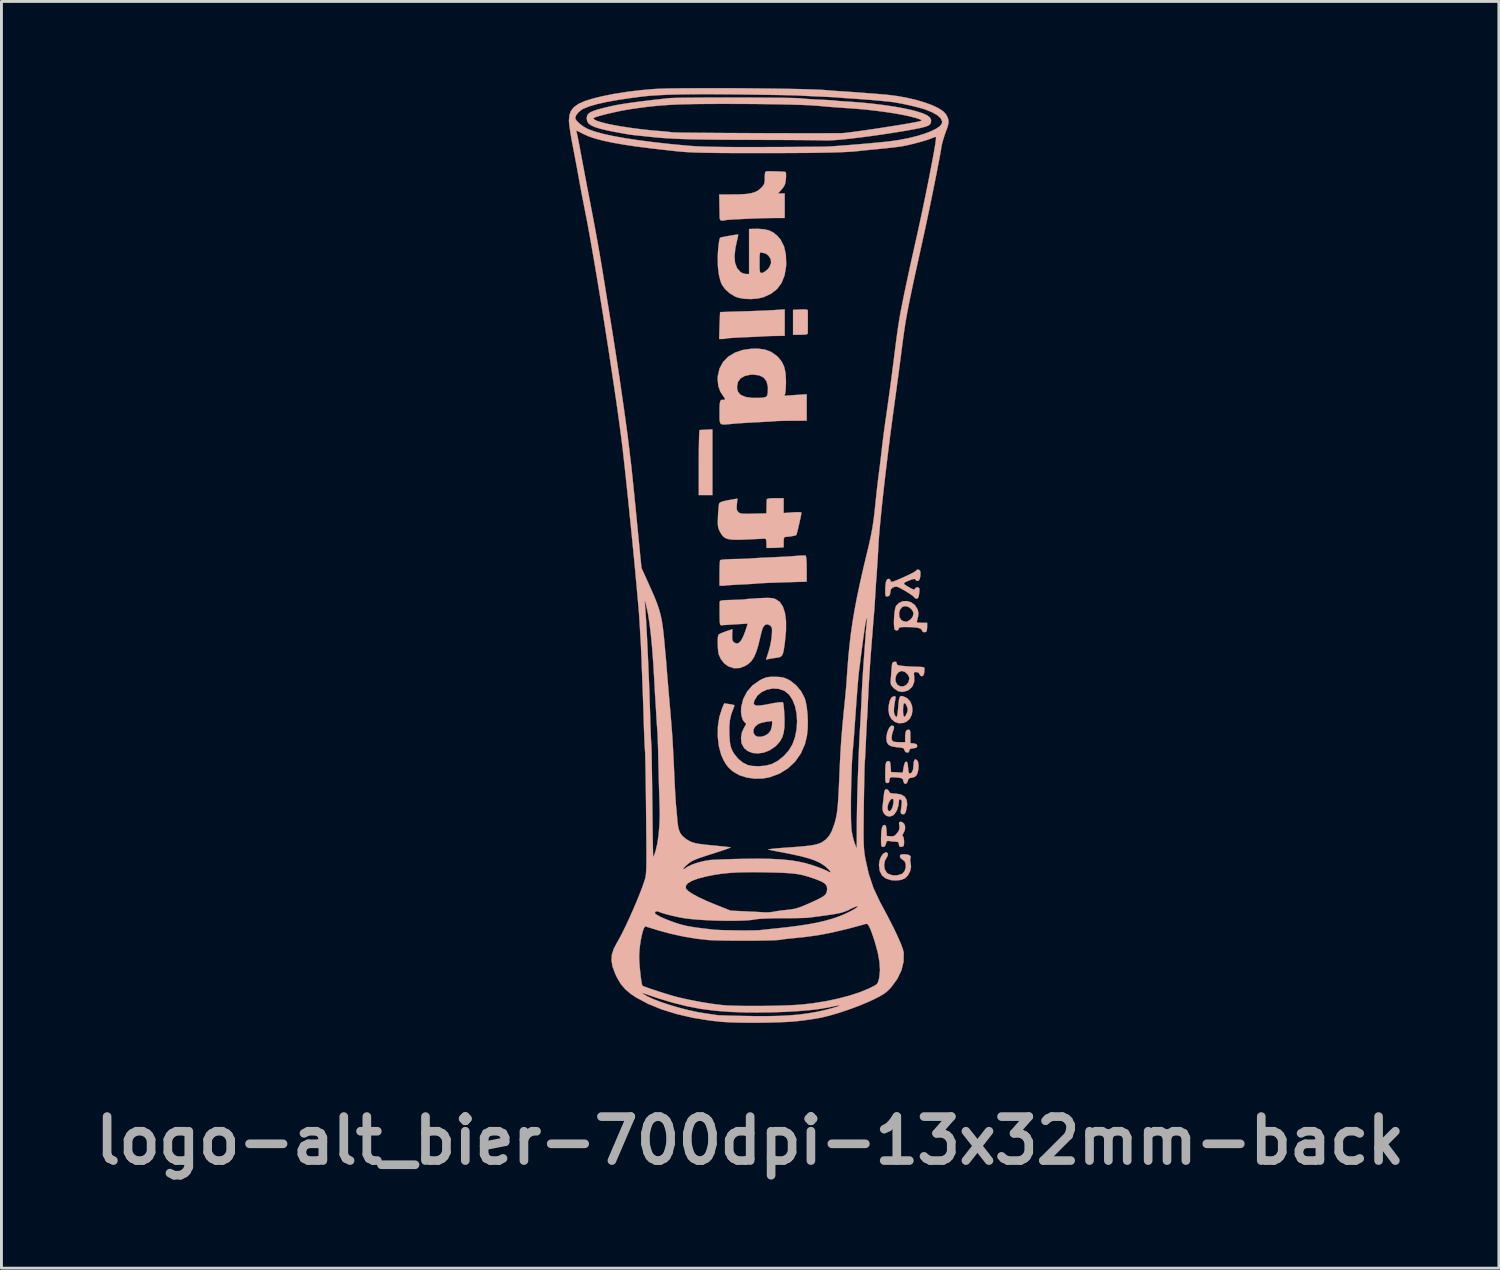
<source format=kicad_pcb>
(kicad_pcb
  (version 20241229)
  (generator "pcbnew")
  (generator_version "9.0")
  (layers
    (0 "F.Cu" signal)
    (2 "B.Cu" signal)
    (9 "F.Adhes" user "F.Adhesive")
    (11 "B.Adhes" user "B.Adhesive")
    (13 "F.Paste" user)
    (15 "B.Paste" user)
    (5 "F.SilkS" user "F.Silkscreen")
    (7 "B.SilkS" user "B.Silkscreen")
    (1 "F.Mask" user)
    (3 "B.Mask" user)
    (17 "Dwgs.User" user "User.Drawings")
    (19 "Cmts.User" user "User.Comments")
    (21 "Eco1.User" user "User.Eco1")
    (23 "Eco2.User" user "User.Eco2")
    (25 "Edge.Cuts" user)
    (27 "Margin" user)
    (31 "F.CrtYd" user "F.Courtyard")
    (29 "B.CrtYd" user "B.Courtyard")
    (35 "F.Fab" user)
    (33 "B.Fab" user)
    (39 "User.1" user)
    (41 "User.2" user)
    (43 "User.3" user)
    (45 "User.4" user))
  (footprint "logo-alt_bier-700dpi-13x32mm-back"
    (layer "F.Cu")
    (at 22.915 16.319)
    (property "Reference" "logo-alt_bier-700dpi-13x32mm-back" (at 0.025 20.15 0) (layer "F.Fab") (effects (font (size 1.524 1.524) (thickness 0.3))))
    (attr through_hole)
    (fp_poly (pts (xy -1.492 -4.483) (xy -1.609 -4.477) (xy -1.697 -4.473) (xy -1.727 -4.471) (xy -1.734 -4.435) (xy -1.74 -4.336) (xy -1.745 -4.181) (xy -1.75 -3.981) (xy -1.753 -3.742) (xy -1.754 -3.475) (xy -1.755 -3.343) (xy -1.755 -2.218) (xy -1.283 -2.218) (xy -1.283 -4.492) (xy -1.492 -4.483)) (stroke (width 0.01) (type solid)) (fill yes) (layer "B.SilkS"))
    (fp_poly (pts (xy 1.765 -8.647) (xy 1.511 -8.635) (xy 1.511 -7.77) (xy 1.765 -7.77) (xy 1.913 -7.775) (xy 1.996 -7.791) (xy 2.02 -7.815) (xy 2.021 -7.888) (xy 2.022 -8.008) (xy 2.023 -8.154) (xy 2.023 -8.307) (xy 2.023 -8.446) (xy 2.023 -8.552) (xy 2.022 -8.605) (xy 2.007 -8.633) (xy 1.957 -8.648) (xy 1.858 -8.65) (xy 1.765 -8.647)) (stroke (width 0.01) (type solid)) (fill yes) (layer "B.SilkS"))
    (fp_poly (pts (xy 0.885 -8.628) (xy 0.744 -8.619) (xy 0.547 -8.61) (xy 0.313 -8.6) (xy 0.058 -8.591) (xy -0.199 -8.583) (xy -0.231 -8.582) (xy -0.46 -8.575) (xy -0.663 -8.569) (xy -0.83 -8.563) (xy -0.949 -8.559) (xy -1.01 -8.556) (xy -1.016 -8.555) (xy -1.019 -8.519) (xy -1.023 -8.424) (xy -1.029 -8.285) (xy -1.035 -8.114) (xy -1.036 -8.088) (xy -1.05 -7.625) (xy -0.937 -7.625) (xy -0.852 -7.63) (xy -0.807 -7.641) (xy -0.806 -7.642) (xy -0.766 -7.649) (xy -0.666 -7.658) (xy -0.52 -7.667) (xy -0.341 -7.677) (xy -0.247 -7.681) (xy -0.039 -7.69) (xy 0.16 -7.699) (xy 0.329 -7.707) (xy 0.451 -7.714) (xy 0.477 -7.716) (xy 0.607 -7.723) (xy 0.774 -7.728) (xy 0.94 -7.731) (xy 1.221 -7.734) (xy 1.221 -8.651) (xy 0.885 -8.628)) (stroke (width 0.01) (type solid)) (fill yes) (layer "B.SilkS"))
    (fp_poly (pts (xy 4.715 10.162) (xy 4.632 10.211) (xy 4.56 10.312) (xy 4.508 10.446) (xy 4.487 10.591) (xy 4.487 10.598) (xy 4.513 10.804) (xy 4.593 10.961) (xy 4.726 11.068) (xy 4.91 11.125) (xy 5.049 11.135) (xy 5.235 11.119) (xy 5.37 11.071) (xy 5.38 11.065) (xy 5.489 10.962) (xy 5.565 10.819) (xy 5.598 10.662) (xy 5.585 10.538) (xy 5.568 10.443) (xy 5.575 10.373) (xy 5.578 10.369) (xy 5.587 10.304) (xy 5.534 10.256) (xy 5.427 10.23) (xy 5.371 10.228) (xy 5.271 10.233) (xy 5.224 10.253) (xy 5.212 10.298) (xy 5.212 10.301) (xy 5.245 10.373) (xy 5.3 10.408) (xy 5.377 10.471) (xy 5.415 10.573) (xy 5.414 10.692) (xy 5.376 10.806) (xy 5.303 10.893) (xy 5.273 10.911) (xy 5.118 10.958) (xy 4.957 10.957) (xy 4.816 10.909) (xy 4.757 10.864) (xy 4.687 10.748) (xy 4.665 10.603) (xy 4.691 10.455) (xy 4.744 10.359) (xy 4.792 10.27) (xy 4.794 10.199) (xy 4.753 10.162) (xy 4.715 10.162)) (stroke (width 0.01) (type solid)) (fill yes) (layer "B.SilkS"))
    (fp_poly (pts (xy 4.875 5.805) (xy 4.818 5.891) (xy 4.773 6.01) (xy 4.747 6.15) (xy 4.743 6.205) (xy 4.759 6.342) (xy 4.82 6.435) (xy 4.933 6.492) (xy 5.106 6.519) (xy 5.115 6.52) (xy 5.244 6.531) (xy 5.318 6.547) (xy 5.353 6.574) (xy 5.365 6.612) (xy 5.397 6.675) (xy 5.454 6.704) (xy 5.51 6.697) (xy 5.538 6.649) (xy 5.539 6.64) (xy 5.554 6.589) (xy 5.613 6.564) (xy 5.675 6.556) (xy 5.768 6.54) (xy 5.806 6.505) (xy 5.811 6.472) (xy 5.792 6.418) (xy 5.724 6.392) (xy 5.693 6.388) (xy 5.575 6.377) (xy 5.575 6.143) (xy 5.573 6.016) (xy 5.562 5.945) (xy 5.539 5.915) (xy 5.506 5.91) (xy 5.446 5.929) (xy 5.41 5.994) (xy 5.395 6.114) (xy 5.394 6.185) (xy 5.394 6.345) (xy 5.215 6.345) (xy 5.098 6.341) (xy 5.006 6.33) (xy 4.979 6.323) (xy 4.935 6.27) (xy 4.924 6.17) (xy 4.948 6.04) (xy 4.977 5.957) (xy 5.01 5.85) (xy 4.998 5.79) (xy 4.994 5.786) (xy 4.936 5.766) (xy 4.875 5.805)) (stroke (width 0.01) (type solid)) (fill yes) (layer "B.SilkS"))
    (fp_poly (pts (xy 5.212 4.773) (xy 5.184 4.854) (xy 5.165 4.995) (xy 5.156 5.111) (xy 5.142 5.264) (xy 5.126 5.384) (xy 5.11 5.458) (xy 5.1 5.474) (xy 5.062 5.446) (xy 5.028 5.396) (xy 5.005 5.305) (xy 5.008 5.16) (xy 5.036 4.955) (xy 5.053 4.863) (xy 5.064 4.782) (xy 5.046 4.753) (xy 4.991 4.755) (xy 4.92 4.8) (xy 4.864 4.905) (xy 4.828 5.059) (xy 4.816 5.213) (xy 4.841 5.394) (xy 4.918 5.539) (xy 5.032 5.64) (xy 5.175 5.688) (xy 5.333 5.678) (xy 5.439 5.635) (xy 5.552 5.536) (xy 5.622 5.398) (xy 5.648 5.239) (xy 5.643 5.188) (xy 5.482 5.188) (xy 5.479 5.267) (xy 5.45 5.347) (xy 5.401 5.444) (xy 5.362 5.469) (xy 5.336 5.425) (xy 5.322 5.31) (xy 5.321 5.241) (xy 5.328 5.09) (xy 5.349 5.005) (xy 5.382 4.987) (xy 5.425 5.039) (xy 5.449 5.091) (xy 5.482 5.188) (xy 5.643 5.188) (xy 5.631 5.078) (xy 5.57 4.934) (xy 5.466 4.824) (xy 5.431 4.804) (xy 5.328 4.756) (xy 5.258 4.743) (xy 5.212 4.773)) (stroke (width 0.01) (type solid)) (fill yes) (layer "B.SilkS"))
    (fp_poly (pts (xy 5.193 9.113) (xy 5.181 9.156) (xy 5.192 9.233) (xy 5.199 9.332) (xy 5.17 9.417) (xy 5.12 9.489) (xy 5.049 9.57) (xy 4.982 9.603) (xy 4.891 9.604) (xy 4.759 9.593) (xy 4.748 9.402) (xy 4.737 9.288) (xy 4.716 9.23) (xy 4.679 9.212) (xy 4.671 9.212) (xy 4.623 9.237) (xy 4.59 9.317) (xy 4.569 9.456) (xy 4.56 9.661) (xy 4.56 9.729) (xy 4.561 9.859) (xy 4.571 9.933) (xy 4.592 9.966) (xy 4.63 9.974) (xy 4.633 9.974) (xy 4.693 9.949) (xy 4.727 9.868) (xy 4.729 9.861) (xy 4.752 9.785) (xy 4.794 9.762) (xy 4.859 9.771) (xy 4.979 9.787) (xy 5.072 9.792) (xy 5.147 9.803) (xy 5.174 9.848) (xy 5.176 9.883) (xy 5.194 9.955) (xy 5.243 9.974) (xy 5.312 9.962) (xy 5.333 9.95) (xy 5.352 9.895) (xy 5.358 9.805) (xy 5.351 9.707) (xy 5.334 9.63) (xy 5.314 9.603) (xy 5.296 9.572) (xy 5.33 9.504) (xy 5.332 9.501) (xy 5.386 9.385) (xy 5.393 9.269) (xy 5.36 9.172) (xy 5.291 9.113) (xy 5.237 9.103) (xy 5.193 9.113)) (stroke (width 0.01) (type solid)) (fill yes) (layer "B.SilkS"))
    (fp_poly (pts (xy 0.609 -13.434) (xy 0.595 -13.433) (xy 0.559 -13.42) (xy 0.54 -13.376) (xy 0.532 -13.282) (xy 0.531 -13.209) (xy 0.528 -13.081) (xy 0.51 -12.997) (xy 0.467 -12.927) (xy 0.395 -12.851) (xy 0.302 -12.772) (xy 0.193 -12.714) (xy 0.057 -12.674) (xy -0.118 -12.648) (xy -0.344 -12.635) (xy -0.586 -12.632) (xy -1.047 -12.632) (xy -1.04 -12.26) (xy -1.037 -12.095) (xy -1.034 -11.949) (xy -1.032 -11.844) (xy -1.031 -11.807) (xy -1.009 -11.742) (xy -0.944 -11.725) (xy -0.872 -11.731) (xy -0.844 -11.74) (xy -0.804 -11.747) (xy -0.702 -11.756) (xy -0.553 -11.766) (xy -0.366 -11.776) (xy -0.155 -11.786) (xy 0.069 -11.795) (xy 0.293 -11.804) (xy 0.507 -11.81) (xy 0.697 -11.814) (xy 0.849 -11.816) (xy 1.221 -11.816) (xy 1.221 -12.669) (xy 0.99 -12.669) (xy 1.083 -12.768) (xy 1.159 -12.86) (xy 1.217 -12.949) (xy 1.22 -12.954) (xy 1.243 -13.028) (xy 1.259 -13.136) (xy 1.268 -13.253) (xy 1.267 -13.352) (xy 1.255 -13.408) (xy 1.253 -13.41) (xy 1.214 -13.417) (xy 1.121 -13.423) (xy 0.995 -13.429) (xy 0.854 -13.433) (xy 0.719 -13.435) (xy 0.609 -13.434)) (stroke (width 0.01) (type solid)) (fill yes) (layer "B.SilkS"))
    (fp_poly (pts (xy 1.786 -0.121) (xy 1.649 -0.112) (xy 1.612 -0.109) (xy 1.47 -0.098) (xy 1.277 -0.086) (xy 1.055 -0.074) (xy 0.825 -0.063) (xy 0.735 -0.059) (xy 0.528 -0.049) (xy 0.339 -0.04) (xy 0.183 -0.031) (xy 0.075 -0.024) (xy 0.042 -0.021) (xy -0.036 -0.015) (xy -0.168 -0.01) (xy -0.336 -0.005) (xy -0.523 -0.001) (xy -0.531 -0.001) (xy -0.707 0.004) (xy -0.856 0.013) (xy -0.963 0.024) (xy -1.014 0.038) (xy -1.016 0.039) (xy -1.024 0.087) (xy -1.031 0.192) (xy -1.035 0.338) (xy -1.037 0.497) (xy -1.037 0.92) (xy -0.943 0.924) (xy -0.869 0.923) (xy -0.838 0.917) (xy -0.8 0.912) (xy -0.703 0.904) (xy -0.56 0.895) (xy -0.384 0.886) (xy -0.32 0.883) (xy -0.128 0.873) (xy 0.044 0.864) (xy 0.18 0.854) (xy 0.264 0.847) (xy 0.276 0.846) (xy 0.337 0.84) (xy 0.459 0.834) (xy 0.63 0.826) (xy 0.838 0.818) (xy 1.071 0.81) (xy 1.174 0.807) (xy 1.983 0.782) (xy 1.983 0.337) (xy 1.98 0.125) (xy 1.97 -0.024) (xy 1.955 -0.106) (xy 1.943 -0.121) (xy 1.891 -0.124) (xy 1.786 -0.121)) (stroke (width 0.01) (type solid)) (fill yes) (layer "B.SilkS"))
    (fp_poly (pts (xy 4.707 7.988) (xy 4.682 8.028) (xy 4.664 8.115) (xy 4.654 8.205) (xy 4.639 8.355) (xy 4.621 8.5) (xy 4.611 8.577) (xy 4.616 8.718) (xy 4.668 8.828) (xy 4.753 8.898) (xy 4.857 8.921) (xy 4.965 8.886) (xy 5.025 8.837) (xy 5.108 8.707) (xy 5.162 8.54) (xy 5.176 8.406) (xy 5.182 8.364) (xy 4.993 8.364) (xy 4.986 8.464) (xy 4.986 8.468) (xy 4.959 8.592) (xy 4.917 8.682) (xy 4.868 8.731) (xy 4.823 8.73) (xy 4.79 8.672) (xy 4.784 8.641) (xy 4.79 8.549) (xy 4.824 8.446) (xy 4.873 8.358) (xy 4.927 8.308) (xy 4.943 8.305) (xy 4.98 8.316) (xy 4.993 8.364) (xy 5.182 8.364) (xy 5.186 8.337) (xy 5.222 8.325) (xy 5.235 8.329) (xy 5.27 8.358) (xy 5.28 8.421) (xy 5.271 8.519) (xy 5.256 8.637) (xy 5.243 8.734) (xy 5.24 8.758) (xy 5.256 8.821) (xy 5.31 8.842) (xy 5.366 8.836) (xy 5.404 8.787) (xy 5.427 8.715) (xy 5.465 8.506) (xy 5.447 8.343) (xy 5.373 8.226) (xy 5.242 8.153) (xy 5.053 8.124) (xy 5.012 8.123) (xy 4.909 8.116) (xy 4.856 8.088) (xy 4.839 8.051) (xy 4.792 7.99) (xy 4.748 7.978) (xy 4.707 7.988)) (stroke (width 0.01) (type solid)) (fill yes) (layer "B.SilkS"))
    (fp_poly (pts (xy 5.717 6.956) (xy 5.69 7.037) (xy 5.684 7.13) (xy 5.67 7.282) (xy 5.631 7.387) (xy 5.571 7.432) (xy 5.558 7.434) (xy 5.525 7.409) (xy 5.504 7.33) (xy 5.495 7.225) (xy 5.484 7.1) (xy 5.462 7.034) (xy 5.43 7.016) (xy 5.389 7.047) (xy 5.356 7.144) (xy 5.343 7.209) (xy 5.31 7.401) (xy 5.107 7.39) (xy 4.904 7.379) (xy 4.893 7.189) (xy 4.882 7.075) (xy 4.861 7.017) (xy 4.825 6.999) (xy 4.815 6.998) (xy 4.768 7.008) (xy 4.736 7.046) (xy 4.716 7.123) (xy 4.707 7.25) (xy 4.704 7.437) (xy 4.706 7.591) (xy 4.711 7.687) (xy 4.725 7.737) (xy 4.749 7.757) (xy 4.777 7.76) (xy 4.834 7.738) (xy 4.849 7.672) (xy 4.856 7.605) (xy 4.886 7.568) (xy 4.955 7.557) (xy 5.077 7.564) (xy 5.113 7.568) (xy 5.23 7.583) (xy 5.293 7.604) (xy 5.32 7.641) (xy 5.328 7.683) (xy 5.359 7.767) (xy 5.409 7.79) (xy 5.46 7.752) (xy 5.484 7.69) (xy 5.514 7.61) (xy 5.57 7.581) (xy 5.609 7.579) (xy 5.709 7.553) (xy 5.775 7.506) (xy 5.823 7.414) (xy 5.852 7.285) (xy 5.859 7.148) (xy 5.842 7.031) (xy 5.819 6.984) (xy 5.762 6.936) (xy 5.717 6.956)) (stroke (width 0.01) (type solid)) (fill yes) (layer "B.SilkS"))
    (fp_poly (pts (xy 5.307 1.463) (xy 5.172 1.526) (xy 5.08 1.623) (xy 5.052 1.7) (xy 5.03 1.824) (xy 5.014 1.975) (xy 5.006 2.134) (xy 5.007 2.28) (xy 5.017 2.393) (xy 5.037 2.451) (xy 5.095 2.478) (xy 5.153 2.456) (xy 5.176 2.404) (xy 5.196 2.375) (xy 5.264 2.359) (xy 5.391 2.354) (xy 5.407 2.354) (xy 5.65 2.36) (xy 5.823 2.379) (xy 5.93 2.411) (xy 5.973 2.457) (xy 5.974 2.468) (xy 6.003 2.519) (xy 6.066 2.538) (xy 6.13 2.513) (xy 6.132 2.511) (xy 6.147 2.462) (xy 6.155 2.371) (xy 6.156 2.348) (xy 6.156 2.209) (xy 5.97 2.209) (xy 5.862 2.206) (xy 5.81 2.194) (xy 5.799 2.164) (xy 5.808 2.127) (xy 5.844 1.979) (xy 5.851 1.9) (xy 5.684 1.9) (xy 5.653 2.004) (xy 5.574 2.099) (xy 5.473 2.161) (xy 5.414 2.172) (xy 5.318 2.147) (xy 5.249 2.1) (xy 5.192 1.997) (xy 5.184 1.871) (xy 5.22 1.748) (xy 5.298 1.657) (xy 5.299 1.656) (xy 5.397 1.629) (xy 5.504 1.656) (xy 5.601 1.724) (xy 5.667 1.818) (xy 5.684 1.9) (xy 5.851 1.9) (xy 5.853 1.871) (xy 5.835 1.777) (xy 5.816 1.726) (xy 5.726 1.588) (xy 5.6 1.497) (xy 5.455 1.455) (xy 5.307 1.463)) (stroke (width 0.01) (type solid)) (fill yes) (layer "B.SilkS"))
    (fp_poly (pts (xy 4.972 3.575) (xy 4.945 3.62) (xy 4.931 3.714) (xy 4.929 3.751) (xy 4.918 3.897) (xy 4.905 4.065) (xy 4.898 4.141) (xy 4.89 4.262) (xy 4.9 4.34) (xy 4.936 4.403) (xy 5.006 4.477) (xy 5.149 4.576) (xy 5.304 4.605) (xy 5.467 4.562) (xy 5.526 4.529) (xy 5.647 4.412) (xy 5.707 4.257) (xy 5.708 4.141) (xy 5.539 4.141) (xy 5.511 4.264) (xy 5.439 4.357) (xy 5.341 4.409) (xy 5.233 4.414) (xy 5.134 4.362) (xy 5.12 4.348) (xy 5.064 4.243) (xy 5.058 4.123) (xy 5.094 4.009) (xy 5.165 3.921) (xy 5.263 3.879) (xy 5.284 3.878) (xy 5.388 3.91) (xy 5.479 3.99) (xy 5.533 4.094) (xy 5.539 4.141) (xy 5.708 4.141) (xy 5.708 4.076) (xy 5.697 3.977) (xy 5.706 3.929) (xy 5.744 3.915) (xy 5.779 3.914) (xy 5.863 3.939) (xy 5.891 3.987) (xy 5.934 4.046) (xy 5.975 4.059) (xy 6.023 4.036) (xy 6.051 3.959) (xy 6.056 3.923) (xy 6.063 3.828) (xy 6.06 3.766) (xy 6.058 3.76) (xy 6.016 3.745) (xy 5.925 3.735) (xy 5.851 3.733) (xy 5.714 3.729) (xy 5.543 3.721) (xy 5.381 3.709) (xy 5.239 3.695) (xy 5.155 3.679) (xy 5.115 3.656) (xy 5.104 3.621) (xy 5.103 3.616) (xy 5.084 3.563) (xy 5.022 3.558) (xy 4.972 3.575)) (stroke (width 0.01) (type solid)) (fill yes) (layer "B.SilkS"))
    (fp_poly (pts (xy 5.803 0.371) (xy 5.767 0.407) (xy 5.726 0.438) (xy 5.634 0.489) (xy 5.507 0.552) (xy 5.361 0.62) (xy 5.214 0.685) (xy 5.081 0.741) (xy 4.979 0.78) (xy 4.924 0.793) (xy 4.89 0.764) (xy 4.886 0.739) (xy 4.856 0.694) (xy 4.818 0.685) (xy 4.764 0.711) (xy 4.728 0.795) (xy 4.709 0.94) (xy 4.704 1.109) (xy 4.707 1.222) (xy 4.719 1.279) (xy 4.748 1.297) (xy 4.786 1.295) (xy 4.844 1.271) (xy 4.872 1.207) (xy 4.879 1.151) (xy 4.899 1.052) (xy 4.952 0.996) (xy 4.996 0.974) (xy 5.05 0.957) (xy 5.104 0.957) (xy 5.173 0.981) (xy 5.274 1.033) (xy 5.396 1.103) (xy 5.527 1.184) (xy 5.632 1.256) (xy 5.697 1.309) (xy 5.709 1.325) (xy 5.757 1.367) (xy 5.792 1.374) (xy 5.836 1.354) (xy 5.864 1.286) (xy 5.878 1.207) (xy 5.888 1.1) (xy 5.886 1.024) (xy 5.881 1.007) (xy 5.828 0.976) (xy 5.764 0.992) (xy 5.734 1.029) (xy 5.711 1.054) (xy 5.664 1.047) (xy 5.576 1.004) (xy 5.544 0.986) (xy 5.422 0.915) (xy 5.361 0.867) (xy 5.356 0.832) (xy 5.406 0.797) (xy 5.485 0.761) (xy 5.63 0.704) (xy 5.719 0.687) (xy 5.755 0.71) (xy 5.757 0.721) (xy 5.787 0.751) (xy 5.825 0.757) (xy 5.875 0.737) (xy 5.905 0.665) (xy 5.915 0.615) (xy 5.925 0.508) (xy 5.919 0.426) (xy 5.916 0.415) (xy 5.867 0.364) (xy 5.803 0.371)) (stroke (width 0.01) (type solid)) (fill yes) (layer "B.SilkS"))
    (fp_poly (pts (xy 0.734 -2.105) (xy 0.639 -2.092) (xy 0.601 -2.069) (xy 0.6 -2.064) (xy 0.597 -2.005) (xy 0.594 -1.899) (xy 0.591 -1.801) (xy 0.586 -1.583) (xy 0.138 -1.572) (xy -0.054 -1.568) (xy -0.188 -1.57) (xy -0.277 -1.578) (xy -0.335 -1.594) (xy -0.376 -1.62) (xy -0.383 -1.626) (xy -0.425 -1.676) (xy -0.443 -1.741) (xy -0.44 -1.845) (xy -0.436 -1.894) (xy -0.415 -2.095) (xy -0.72 -2.042) (xy -0.898 -2.005) (xy -1.007 -1.967) (xy -1.049 -1.931) (xy -1.06 -1.872) (xy -1.072 -1.759) (xy -1.084 -1.609) (xy -1.09 -1.493) (xy -1.096 -1.316) (xy -1.095 -1.193) (xy -1.084 -1.103) (xy -1.06 -1.027) (xy -1.023 -0.948) (xy -0.962 -0.844) (xy -0.895 -0.767) (xy -0.81 -0.715) (xy -0.697 -0.684) (xy -0.544 -0.67) (xy -0.338 -0.67) (xy -0.14 -0.677) (xy 0.059 -0.686) (xy 0.238 -0.694) (xy 0.382 -0.701) (xy 0.475 -0.706) (xy 0.495 -0.707) (xy 0.551 -0.704) (xy 0.578 -0.673) (xy 0.588 -0.595) (xy 0.589 -0.549) (xy 0.593 -0.386) (xy 0.735 -0.386) (xy 0.869 -0.388) (xy 1.013 -0.396) (xy 1.03 -0.397) (xy 1.185 -0.408) (xy 1.185 -0.588) (xy 1.189 -0.697) (xy 1.208 -0.752) (xy 1.245 -0.768) (xy 1.248 -0.768) (xy 1.354 -0.776) (xy 1.469 -0.792) (xy 1.566 -0.812) (xy 1.621 -0.831) (xy 1.623 -0.834) (xy 1.638 -0.875) (xy 1.663 -0.969) (xy 1.694 -1.098) (xy 1.728 -1.242) (xy 1.759 -1.385) (xy 1.785 -1.507) (xy 1.799 -1.59) (xy 1.802 -1.612) (xy 1.768 -1.622) (xy 1.679 -1.625) (xy 1.551 -1.621) (xy 1.493 -1.617) (xy 1.185 -1.594) (xy 1.185 -2.109) (xy 0.894 -2.109) (xy 0.734 -2.105)) (stroke (width 0.01) (type solid)) (fill yes) (layer "B.SilkS"))
    (fp_poly (pts (xy 0.105 -11.439) (xy -0.013 -11.435) (xy -0.013 -9.875) (xy -0.117 -9.875) (xy -0.222 -9.897) (xy -0.312 -9.946) (xy -0.429 -10.08) (xy -0.498 -10.26) (xy -0.517 -10.489) (xy -0.488 -10.768) (xy -0.451 -10.945) (xy -0.42 -11.079) (xy -0.398 -11.183) (xy -0.39 -11.239) (xy -0.39 -11.244) (xy -0.427 -11.242) (xy -0.515 -11.23) (xy -0.634 -11.211) (xy -0.764 -11.188) (xy -0.884 -11.165) (xy -0.975 -11.146) (xy -1.016 -11.134) (xy -1.016 -11.133) (xy -1.037 -11.079) (xy -1.057 -10.969) (xy -1.076 -10.819) (xy -1.09 -10.644) (xy -1.098 -10.462) (xy -1.099 -10.44) (xy -1.092 -10.127) (xy -1.058 -9.849) (xy -1.001 -9.62) (xy -0.955 -9.509) (xy -0.842 -9.351) (xy -0.682 -9.206) (xy -0.499 -9.096) (xy -0.398 -9.057) (xy -0.186 -9.017) (xy 0.056 -9.007) (xy 0.294 -9.027) (xy 0.484 -9.071) (xy 0.75 -9.193) (xy 0.959 -9.358) (xy 1.114 -9.568) (xy 1.216 -9.827) (xy 1.268 -10.136) (xy 1.274 -10.22) (xy 1.272 -10.253) (xy 0.749 -10.253) (xy 0.692 -10.115) (xy 0.626 -10.034) (xy 0.537 -9.961) (xy 0.454 -9.916) (xy 0.426 -9.911) (xy 0.392 -9.915) (xy 0.37 -9.936) (xy 0.357 -9.988) (xy 0.351 -10.083) (xy 0.35 -10.235) (xy 0.35 -10.278) (xy 0.351 -10.444) (xy 0.356 -10.55) (xy 0.368 -10.607) (xy 0.386 -10.626) (xy 0.407 -10.622) (xy 0.49 -10.602) (xy 0.518 -10.6) (xy 0.578 -10.576) (xy 0.653 -10.518) (xy 0.66 -10.511) (xy 0.739 -10.389) (xy 0.749 -10.253) (xy 1.272 -10.253) (xy 1.262 -10.551) (xy 1.197 -10.835) (xy 1.077 -11.07) (xy 0.961 -11.206) (xy 0.829 -11.312) (xy 0.685 -11.384) (xy 0.511 -11.426) (xy 0.294 -11.441) (xy 0.105 -11.439)) (stroke (width 0.01) (type solid)) (fill yes) (layer "B.SilkS"))
    (fp_poly (pts (xy 0.081 -7.289) (xy -0.238 -7.243) (xy -0.513 -7.147) (xy -0.741 -7.006) (xy -0.917 -6.822) (xy -1.037 -6.6) (xy -1.096 -6.343) (xy -1.101 -6.227) (xy -1.079 -5.996) (xy -1.008 -5.799) (xy -0.914 -5.656) (xy -0.854 -5.57) (xy -0.848 -5.525) (xy -0.899 -5.513) (xy -0.944 -5.517) (xy -0.984 -5.51) (xy -1.011 -5.471) (xy -1.027 -5.39) (xy -1.035 -5.257) (xy -1.036 -5.062) (xy -1.036 -5.053) (xy -1.036 -4.883) (xy -1.029 -4.768) (xy -1.005 -4.698) (xy -0.951 -4.666) (xy -0.856 -4.661) (xy -0.708 -4.673) (xy -0.575 -4.687) (xy -0.432 -4.699) (xy -0.238 -4.712) (xy -0.016 -4.726) (xy 0.211 -4.738) (xy 0.277 -4.741) (xy 0.475 -4.751) (xy 0.65 -4.761) (xy 0.788 -4.769) (xy 0.874 -4.776) (xy 0.894 -4.778) (xy 0.949 -4.782) (xy 1.061 -4.786) (xy 1.217 -4.789) (xy 1.401 -4.791) (xy 1.466 -4.792) (xy 1.983 -4.795) (xy 1.983 -5.71) (xy 1.598 -5.684) (xy 1.214 -5.658) (xy 1.239 -5.739) (xy 1.25 -5.809) (xy 1.258 -5.912) (xy 0.64 -5.912) (xy 0.635 -5.761) (xy 0.615 -5.667) (xy 0.567 -5.616) (xy 0.479 -5.593) (xy 0.373 -5.585) (xy 0.089 -5.585) (xy -0.13 -5.616) (xy -0.285 -5.678) (xy -0.336 -5.718) (xy -0.403 -5.808) (xy -0.428 -5.918) (xy -0.43 -5.971) (xy -0.399 -6.134) (xy -0.308 -6.26) (xy -0.161 -6.345) (xy 0.038 -6.387) (xy 0.133 -6.391) (xy 0.337 -6.365) (xy 0.49 -6.289) (xy 0.59 -6.163) (xy 0.636 -5.988) (xy 0.64 -5.912) (xy 1.258 -5.912) (xy 1.259 -5.932) (xy 1.264 -6.085) (xy 1.265 -6.17) (xy 1.251 -6.44) (xy 1.205 -6.658) (xy 1.121 -6.837) (xy 0.994 -6.993) (xy 0.938 -7.046) (xy 0.748 -7.179) (xy 0.532 -7.259) (xy 0.278 -7.292) (xy 0.081 -7.289)) (stroke (width 0.01) (type solid)) (fill yes) (layer "B.SilkS"))
    (fp_poly (pts (xy 0.455 1.35) (xy 0.316 1.357) (xy 0.142 1.368) (xy -0.005 1.378) (xy -0.111 1.387) (xy -0.16 1.394) (xy -0.161 1.395) (xy -0.203 1.4) (xy -0.303 1.406) (xy -0.446 1.412) (xy -0.605 1.416) (xy -0.79 1.421) (xy -0.914 1.429) (xy -0.988 1.441) (xy -1.023 1.46) (xy -1.031 1.481) (xy -1.032 1.539) (xy -1.033 1.652) (xy -1.033 1.801) (xy -1.033 1.918) (xy -1.031 2.089) (xy -1.026 2.199) (xy -1.015 2.262) (xy -0.997 2.289) (xy -0.968 2.293) (xy -0.968 2.293) (xy -0.908 2.288) (xy -0.792 2.281) (xy -0.638 2.271) (xy -0.482 2.261) (xy -0.059 2.236) (xy -0.146 2.504) (xy -0.2 2.646) (xy -0.261 2.772) (xy -0.316 2.855) (xy -0.321 2.859) (xy -0.389 2.917) (xy -0.448 2.925) (xy -0.501 2.905) (xy -0.556 2.87) (xy -0.588 2.817) (xy -0.6 2.728) (xy -0.598 2.586) (xy -0.597 2.564) (xy -0.59 2.43) (xy -0.818 2.506) (xy -0.939 2.551) (xy -1.032 2.594) (xy -1.074 2.622) (xy -1.09 2.685) (xy -1.099 2.798) (xy -1.099 2.94) (xy -1.093 3.088) (xy -1.08 3.221) (xy -1.064 3.305) (xy -0.988 3.47) (xy -0.869 3.617) (xy -0.738 3.715) (xy -0.542 3.781) (xy -0.344 3.775) (xy -0.167 3.712) (xy -0.038 3.634) (xy 0.068 3.533) (xy 0.156 3.4) (xy 0.233 3.224) (xy 0.304 2.996) (xy 0.367 2.735) (xy 0.401 2.592) (xy 0.436 2.464) (xy 0.463 2.382) (xy 0.528 2.288) (xy 0.614 2.258) (xy 0.707 2.294) (xy 0.72 2.305) (xy 0.758 2.348) (xy 0.778 2.402) (xy 0.783 2.487) (xy 0.776 2.622) (xy 0.775 2.644) (xy 0.753 2.821) (xy 0.713 3.021) (xy 0.665 3.201) (xy 0.573 3.485) (xy 0.652 3.466) (xy 0.733 3.45) (xy 0.853 3.431) (xy 0.924 3.421) (xy 1.017 3.407) (xy 1.083 3.383) (xy 1.13 3.339) (xy 1.163 3.263) (xy 1.19 3.143) (xy 1.216 2.968) (xy 1.229 2.872) (xy 1.267 2.481) (xy 1.267 2.146) (xy 1.231 1.867) (xy 1.158 1.646) (xy 1.049 1.485) (xy 0.905 1.387) (xy 0.833 1.363) (xy 0.744 1.35) (xy 0.623 1.345) (xy 0.455 1.35)) (stroke (width 0.01) (type solid)) (fill yes) (layer "B.SilkS"))
    (fp_poly (pts (xy 0.72 4.081) (xy 0.607 4.095) (xy 0.507 4.127) (xy 0.389 4.184) (xy 0.356 4.202) (xy 0.11 4.374) (xy -0.083 4.593) (xy -0.217 4.851) (xy -0.286 5.13) (xy -0.292 5.294) (xy -0.271 5.45) (xy -0.227 5.579) (xy -0.166 5.659) (xy -0.161 5.662) (xy -0.122 5.693) (xy -0.12 5.729) (xy -0.157 5.794) (xy -0.179 5.827) (xy -0.259 5.998) (xy -0.293 6.191) (xy -0.275 6.374) (xy -0.268 6.397) (xy -0.183 6.549) (xy -0.053 6.656) (xy 0.112 6.718) (xy 0.299 6.734) (xy 0.498 6.704) (xy 0.696 6.628) (xy 0.882 6.504) (xy 0.935 6.456) (xy 1.051 6.326) (xy 1.133 6.185) (xy 1.185 6.021) (xy 1.212 5.818) (xy 1.213 5.725) (xy 0.785 5.725) (xy 0.768 5.843) (xy 0.729 5.951) (xy 0.647 6.05) (xy 0.53 6.121) (xy 0.4 6.157) (xy 0.278 6.153) (xy 0.189 6.107) (xy 0.136 6.009) (xy 0.143 5.899) (xy 0.205 5.793) (xy 0.309 5.713) (xy 0.407 5.676) (xy 0.537 5.645) (xy 0.598 5.635) (xy 0.785 5.61) (xy 0.785 5.725) (xy 1.213 5.725) (xy 1.216 5.565) (xy 1.211 5.426) (xy 1.201 5.255) (xy 1.187 5.11) (xy 1.173 5.008) (xy 1.16 4.963) (xy 1.112 4.957) (xy 1.01 4.965) (xy 0.868 4.986) (xy 0.766 5.005) (xy 0.531 5.05) (xy 0.359 5.073) (xy 0.243 5.075) (xy 0.176 5.052) (xy 0.151 5.005) (xy 0.162 4.931) (xy 0.174 4.897) (xy 0.272 4.735) (xy 0.419 4.61) (xy 0.602 4.525) (xy 0.803 4.485) (xy 1.009 4.495) (xy 1.202 4.56) (xy 1.22 4.57) (xy 1.371 4.694) (xy 1.491 4.873) (xy 1.579 5.096) (xy 1.633 5.35) (xy 1.651 5.624) (xy 1.632 5.906) (xy 1.574 6.186) (xy 1.489 6.421) (xy 1.363 6.63) (xy 1.188 6.827) (xy 0.983 6.991) (xy 0.77 7.103) (xy 0.767 7.104) (xy 0.557 7.158) (xy 0.32 7.179) (xy 0.088 7.167) (xy -0.054 7.138) (xy -0.228 7.054) (xy -0.394 6.916) (xy -0.534 6.742) (xy -0.583 6.659) (xy -0.628 6.559) (xy -0.659 6.459) (xy -0.678 6.337) (xy -0.69 6.174) (xy -0.695 6.083) (xy -0.698 5.809) (xy -0.678 5.583) (xy -0.633 5.383) (xy -0.569 5.211) (xy -0.535 5.123) (xy -0.522 5.068) (xy -0.524 5.061) (xy -0.566 5.049) (xy -0.654 5.032) (xy -0.706 5.024) (xy -0.874 5) (xy -0.947 5.173) (xy -1.043 5.473) (xy -1.093 5.803) (xy -1.099 6.142) (xy -1.061 6.474) (xy -0.98 6.778) (xy -0.903 6.954) (xy -0.812 7.111) (xy -0.718 7.229) (xy -0.596 7.339) (xy -0.549 7.375) (xy -0.343 7.491) (xy -0.093 7.57) (xy 0.182 7.608) (xy 0.464 7.602) (xy 0.703 7.559) (xy 1.041 7.433) (xy 1.337 7.25) (xy 1.585 7.015) (xy 1.782 6.733) (xy 1.923 6.409) (xy 1.992 6.123) (xy 2.016 5.897) (xy 2.023 5.642) (xy 2.012 5.381) (xy 1.986 5.133) (xy 1.946 4.923) (xy 1.913 4.816) (xy 1.792 4.585) (xy 1.621 4.378) (xy 1.419 4.215) (xy 1.352 4.177) (xy 1.237 4.125) (xy 1.125 4.095) (xy 0.989 4.082) (xy 0.876 4.079) (xy 0.72 4.081)) (stroke (width 0.01) (type solid)) (fill yes) (layer "B.SilkS"))
    (fp_poly (pts (xy -1.15 -15.99) (xy -1.49 -15.989) (xy -1.808 -15.987) (xy -2.096 -15.985) (xy -2.346 -15.982) (xy -2.55 -15.978) (xy -2.7 -15.973) (xy -2.789 -15.968) (xy -3.293 -15.912) (xy -3.728 -15.86) (xy -4.097 -15.811) (xy -4.402 -15.765) (xy -4.647 -15.722) (xy -4.766 -15.697) (xy -5.041 -15.632) (xy -5.252 -15.576) (xy -5.408 -15.525) (xy -5.517 -15.475) (xy -5.586 -15.421) (xy -5.623 -15.36) (xy -5.636 -15.288) (xy -5.637 -15.263) (xy -5.623 -15.172) (xy -5.577 -15.095) (xy -5.49 -15.028) (xy -5.357 -14.967) (xy -5.171 -14.909) (xy -4.923 -14.85) (xy -4.742 -14.813) (xy -4.532 -14.773) (xy -4.328 -14.737) (xy -4.149 -14.708) (xy -4.016 -14.689) (xy -3.986 -14.686) (xy -3.848 -14.672) (xy -3.669 -14.653) (xy -3.482 -14.634) (xy -3.424 -14.627) (xy -3.231 -14.608) (xy -3.031 -14.591) (xy -2.819 -14.576) (xy -2.587 -14.564) (xy -2.33 -14.553) (xy -2.04 -14.545) (xy -1.711 -14.538) (xy -1.337 -14.533) (xy -0.91 -14.528) (xy -0.426 -14.526) (xy 0.124 -14.524) (xy 0.22 -14.523) (xy 0.622 -14.522) (xy 1.004 -14.521) (xy 1.359 -14.519) (xy 1.682 -14.517) (xy 1.965 -14.515) (xy 2.202 -14.512) (xy 2.387 -14.51) (xy 2.513 -14.507) (xy 2.575 -14.505) (xy 2.578 -14.505) (xy 2.645 -14.502) (xy 2.764 -14.505) (xy 2.92 -14.513) (xy 3.053 -14.522) (xy 3.284 -14.543) (xy 3.557 -14.573) (xy 3.861 -14.61) (xy 4.185 -14.652) (xy 4.517 -14.699) (xy 4.847 -14.748) (xy 5.162 -14.798) (xy 5.452 -14.846) (xy 5.706 -14.892) (xy 5.911 -14.933) (xy 6.058 -14.969) (xy 6.074 -14.973) (xy 6.192 -15.015) (xy 6.256 -15.06) (xy 6.287 -15.121) (xy 6.288 -15.125) (xy 6.291 -15.193) (xy 5.962 -15.193) (xy 5.916 -15.172) (xy 5.851 -15.155) (xy 5.724 -15.13) (xy 5.545 -15.098) (xy 5.326 -15.06) (xy 5.077 -15.019) (xy 4.807 -14.977) (xy 4.528 -14.933) (xy 4.248 -14.891) (xy 3.98 -14.852) (xy 3.733 -14.817) (xy 3.518 -14.789) (xy 3.344 -14.768) (xy 3.271 -14.76) (xy 3.205 -14.757) (xy 3.075 -14.755) (xy 2.887 -14.754) (xy 2.648 -14.753) (xy 2.365 -14.752) (xy 2.044 -14.752) (xy 1.693 -14.752) (xy 1.317 -14.753) (xy 0.925 -14.754) (xy 0.521 -14.755) (xy 0.115 -14.757) (xy -0.289 -14.759) (xy -0.683 -14.761) (xy -1.061 -14.763) (xy -1.415 -14.766) (xy -1.739 -14.768) (xy -2.026 -14.771) (xy -2.27 -14.774) (xy -2.463 -14.777) (xy -2.6 -14.781) (xy -2.672 -14.784) (xy -2.68 -14.785) (xy -2.769 -14.797) (xy -2.903 -14.811) (xy -3.056 -14.825) (xy -3.079 -14.826) (xy -3.424 -14.856) (xy -3.763 -14.893) (xy -4.088 -14.935) (xy -4.392 -14.981) (xy -4.669 -15.029) (xy -4.912 -15.078) (xy -5.114 -15.128) (xy -5.268 -15.176) (xy -5.367 -15.221) (xy -5.405 -15.262) (xy -5.396 -15.283) (xy -5.344 -15.307) (xy -5.235 -15.342) (xy -5.082 -15.384) (xy -4.898 -15.43) (xy -4.698 -15.476) (xy -4.495 -15.52) (xy -4.302 -15.557) (xy -4.133 -15.586) (xy -4.131 -15.586) (xy -3.84 -15.628) (xy -3.572 -15.663) (xy -3.317 -15.692) (xy -3.066 -15.715) (xy -2.808 -15.733) (xy -2.533 -15.747) (xy -2.23 -15.757) (xy -1.89 -15.764) (xy -1.501 -15.768) (xy -1.055 -15.77) (xy -0.847 -15.77) (xy -0.329 -15.769) (xy 0.167 -15.766) (xy 0.633 -15.761) (xy 1.064 -15.754) (xy 1.453 -15.745) (xy 1.793 -15.735) (xy 2.079 -15.723) (xy 2.304 -15.709) (xy 2.436 -15.698) (xy 2.543 -15.687) (xy 2.679 -15.675) (xy 2.851 -15.661) (xy 3.071 -15.645) (xy 3.346 -15.626) (xy 3.616 -15.607) (xy 3.961 -15.579) (xy 4.313 -15.541) (xy 4.662 -15.496) (xy 4.995 -15.446) (xy 5.299 -15.392) (xy 5.563 -15.336) (xy 5.775 -15.28) (xy 5.884 -15.243) (xy 5.954 -15.213) (xy 5.962 -15.193) (xy 6.291 -15.193) (xy 6.292 -15.217) (xy 6.253 -15.297) (xy 6.163 -15.369) (xy 6.017 -15.438) (xy 5.809 -15.506) (xy 5.63 -15.554) (xy 5.363 -15.613) (xy 5.04 -15.671) (xy 4.679 -15.725) (xy 4.297 -15.773) (xy 3.911 -15.812) (xy 3.54 -15.841) (xy 3.452 -15.847) (xy 3.282 -15.857) (xy 3.14 -15.867) (xy 3.04 -15.875) (xy 2.998 -15.881) (xy 2.998 -15.881) (xy 2.957 -15.887) (xy 2.857 -15.894) (xy 2.71 -15.903) (xy 2.53 -15.912) (xy 2.436 -15.916) (xy 2.237 -15.926) (xy 2.058 -15.937) (xy 1.915 -15.947) (xy 1.822 -15.956) (xy 1.801 -15.96) (xy 1.738 -15.965) (xy 1.61 -15.97) (xy 1.425 -15.975) (xy 1.191 -15.979) (xy 0.916 -15.983) (xy 0.609 -15.985) (xy 0.276 -15.988) (xy -0.075 -15.989) (xy -0.434 -15.99) (xy -0.795 -15.991) (xy -1.15 -15.99)) (stroke (width 0.01) (type solid)) (fill yes) (layer "B.SilkS"))
    (fp_poly (pts (xy -1.861 -16.313) (xy -2.229 -16.311) (xy -2.559 -16.308) (xy -2.846 -16.303) (xy -3.081 -16.296) (xy -3.256 -16.288) (xy -3.279 -16.287) (xy -3.765 -16.245) (xy -4.248 -16.186) (xy -4.71 -16.113) (xy -5.131 -16.028) (xy -5.422 -15.956) (xy -5.704 -15.867) (xy -5.919 -15.771) (xy -6.075 -15.662) (xy -6.179 -15.535) (xy -6.236 -15.381) (xy -6.254 -15.197) (xy -6.254 -15.194) (xy -6.247 -15.097) (xy -6.228 -14.943) (xy -6.198 -14.748) (xy -6.16 -14.525) (xy -6.116 -14.289) (xy -6.11 -14.258) (xy -6.062 -14.008) (xy -6.014 -13.757) (xy -5.971 -13.523) (xy -5.934 -13.323) (xy -5.908 -13.177) (xy -5.908 -13.177) (xy -5.883 -13.036) (xy -5.847 -12.842) (xy -5.803 -12.608) (xy -5.753 -12.353) (xy -5.702 -12.092) (xy -5.687 -12.015) (xy -5.618 -11.663) (xy -5.542 -11.248) (xy -5.459 -10.778) (xy -5.37 -10.263) (xy -5.277 -9.711) (xy -5.181 -9.132) (xy -5.084 -8.534) (xy -4.987 -7.926) (xy -4.892 -7.317) (xy -4.8 -6.715) (xy -4.712 -6.13) (xy -4.629 -5.571) (xy -4.554 -5.046) (xy -4.488 -4.564) (xy -4.431 -4.133) (xy -4.423 -4.069) (xy -4.397 -3.856) (xy -4.366 -3.581) (xy -4.329 -3.252) (xy -4.289 -2.88) (xy -4.246 -2.474) (xy -4.201 -2.044) (xy -4.156 -1.598) (xy -4.11 -1.147) (xy -4.065 -0.701) (xy -4.023 -0.267) (xy -3.983 0.142) (xy -3.948 0.519) (xy -3.933 0.685) (xy -3.91 0.933) (xy -3.889 1.167) (xy -3.87 1.375) (xy -3.855 1.542) (xy -3.844 1.656) (xy -3.842 1.682) (xy -3.832 1.803) (xy -3.82 1.967) (xy -3.809 2.145) (xy -3.805 2.209) (xy -3.794 2.402) (xy -3.782 2.608) (xy -3.771 2.788) (xy -3.769 2.825) (xy -3.761 2.964) (xy -3.753 3.152) (xy -3.743 3.368) (xy -3.735 3.59) (xy -3.733 3.642) (xy -3.724 3.882) (xy -3.714 4.143) (xy -3.704 4.395) (xy -3.696 4.607) (xy -3.696 4.622) (xy -3.689 4.803) (xy -3.681 5.035) (xy -3.672 5.297) (xy -3.664 5.566) (xy -3.657 5.783) (xy -3.649 6.014) (xy -3.641 6.228) (xy -3.633 6.411) (xy -3.625 6.55) (xy -3.618 6.631) (xy -3.618 6.635) (xy -3.614 6.695) (xy -3.61 6.819) (xy -3.606 7.003) (xy -3.601 7.238) (xy -3.596 7.518) (xy -3.592 7.835) (xy -3.587 8.183) (xy -3.583 8.555) (xy -3.58 8.831) (xy -3.576 9.271) (xy -3.572 9.645) (xy -3.57 9.959) (xy -3.569 10.219) (xy -3.57 10.431) (xy -3.572 10.602) (xy -3.575 10.737) (xy -3.581 10.843) (xy -3.588 10.926) (xy -3.597 10.993) (xy -3.609 11.049) (xy -3.623 11.101) (xy -3.633 11.135) (xy -3.703 11.34) (xy -3.798 11.589) (xy -3.911 11.867) (xy -4.036 12.159) (xy -4.166 12.45) (xy -4.294 12.726) (xy -4.415 12.971) (xy -4.521 13.172) (xy -4.576 13.266) (xy -4.697 13.492) (xy -4.765 13.699) (xy -4.78 13.904) (xy -4.743 14.12) (xy -4.653 14.363) (xy -4.583 14.509) (xy -4.456 14.724) (xy -4.303 14.904) (xy -4.108 15.068) (xy -3.924 15.191) (xy -3.514 15.409) (xy -3.045 15.601) (xy -2.524 15.763) (xy -1.962 15.893) (xy -1.366 15.989) (xy -0.956 16.033) (xy -0.707 16.049) (xy -0.403 16.059) (xy -0.062 16.064) (xy 0.299 16.064) (xy 0.662 16.059) (xy 1.01 16.049) (xy 1.325 16.035) (xy 1.59 16.016) (xy 1.638 16.011) (xy 1.863 15.985) (xy 2.106 15.951) (xy 2.335 15.915) (xy 2.488 15.887) (xy 2.78 15.816) (xy 3.113 15.718) (xy 3.465 15.6) (xy 3.812 15.47) (xy 3.826 15.464) (xy 3.131 15.464) (xy 3.108 15.481) (xy 3.028 15.51) (xy 2.906 15.547) (xy 2.755 15.588) (xy 2.591 15.63) (xy 2.428 15.667) (xy 2.328 15.688) (xy 2.021 15.741) (xy 1.707 15.781) (xy 1.375 15.81) (xy 1.01 15.828) (xy 0.602 15.836) (xy 0.137 15.835) (xy 0.023 15.833) (xy -0.249 15.828) (xy -0.502 15.823) (xy -0.726 15.817) (xy -0.909 15.811) (xy -1.043 15.806) (xy -1.115 15.801) (xy -1.12 15.8) (xy -1.208 15.787) (xy -1.342 15.767) (xy -1.494 15.745) (xy -1.519 15.742) (xy -1.81 15.693) (xy -2.124 15.624) (xy -2.445 15.542) (xy -2.76 15.449) (xy -3.056 15.351) (xy -3.317 15.251) (xy -3.53 15.154) (xy -3.642 15.09) (xy -3.703 15.048) (xy -3.712 15.032) (xy -3.696 15.036) (xy -3.15 15.222) (xy -2.645 15.373) (xy -2.165 15.492) (xy -1.693 15.583) (xy -1.211 15.646) (xy -0.705 15.687) (xy -0.155 15.707) (xy 0.259 15.71) (xy 0.761 15.704) (xy 1.24 15.688) (xy 1.687 15.662) (xy 2.092 15.627) (xy 2.446 15.585) (xy 2.739 15.534) (xy 2.786 15.524) (xy 2.931 15.494) (xy 3.047 15.472) (xy 3.118 15.463) (xy 3.131 15.464) (xy 3.826 15.464) (xy 4.133 15.336) (xy 4.323 15.247) (xy 4.508 15.153) (xy 4.643 15.073) (xy 4.749 14.996) (xy 4.844 14.907) (xy 4.918 14.825) (xy 5.123 14.545) (xy 5.264 14.252) (xy 5.266 14.245) (xy 4.523 14.245) (xy 4.496 14.504) (xy 4.481 14.57) (xy 4.458 14.65) (xy 4.428 14.708) (xy 4.376 14.755) (xy 4.287 14.806) (xy 4.147 14.874) (xy 4.146 14.875) (xy 3.836 15.003) (xy 3.47 15.123) (xy 3.063 15.23) (xy 2.63 15.321) (xy 2.188 15.391) (xy 1.834 15.432) (xy 1.611 15.448) (xy 1.338 15.461) (xy 1.031 15.471) (xy 0.702 15.479) (xy 0.365 15.483) (xy 0.033 15.483) (xy -0.279 15.481) (xy -0.558 15.474) (xy -0.79 15.465) (xy -0.949 15.452) (xy -1.291 15.409) (xy -1.671 15.348) (xy -2.056 15.275) (xy -2.416 15.195) (xy -2.481 15.179) (xy -2.608 15.145) (xy -2.77 15.098) (xy -2.951 15.042) (xy -3.14 14.982) (xy -3.322 14.923) (xy -3.483 14.869) (xy -3.61 14.823) (xy -3.689 14.792) (xy -3.708 14.781) (xy -3.725 14.733) (xy -3.744 14.629) (xy -3.765 14.483) (xy -3.784 14.314) (xy -3.802 14.135) (xy -3.814 13.964) (xy -3.821 13.815) (xy -3.822 13.766) (xy -3.814 13.592) (xy -3.795 13.405) (xy -3.767 13.218) (xy -3.733 13.044) (xy -3.695 12.896) (xy -3.656 12.788) (xy -3.619 12.732) (xy -3.603 12.728) (xy -3.549 12.744) (xy -3.441 12.777) (xy -3.297 12.821) (xy -3.154 12.865) (xy -2.735 12.98) (xy -2.281 13.079) (xy -1.828 13.154) (xy -1.428 13.199) (xy -1.288 13.206) (xy -1.097 13.213) (xy -0.868 13.217) (xy -0.611 13.22) (xy -0.338 13.221) (xy -0.06 13.221) (xy 0.212 13.22) (xy 0.465 13.216) (xy 0.688 13.212) (xy 0.871 13.206) (xy 1.001 13.198) (xy 1.058 13.192) (xy 1.161 13.175) (xy 1.293 13.158) (xy 1.348 13.152) (xy 1.462 13.141) (xy 1.623 13.124) (xy 1.806 13.105) (xy 1.928 13.093) (xy 2.357 13.035) (xy 2.84 12.943) (xy 3.369 12.82) (xy 3.935 12.668) (xy 4.053 12.634) (xy 4.094 12.65) (xy 4.143 12.721) (xy 4.203 12.852) (xy 4.274 13.047) (xy 4.337 13.239) (xy 4.444 13.621) (xy 4.505 13.954) (xy 4.523 14.245) (xy 5.266 14.245) (xy 5.339 13.953) (xy 5.345 13.655) (xy 5.342 13.626) (xy 5.311 13.503) (xy 5.243 13.321) (xy 5.14 13.086) (xy 5.004 12.799) (xy 4.835 12.465) (xy 4.636 12.088) (xy 4.601 12.024) (xy 3.761 12.024) (xy 3.73 12.063) (xy 3.645 12.121) (xy 3.522 12.191) (xy 3.373 12.266) (xy 3.214 12.337) (xy 3.108 12.379) (xy 2.865 12.462) (xy 2.607 12.535) (xy 2.323 12.6) (xy 2.004 12.659) (xy 1.64 12.713) (xy 1.22 12.765) (xy 0.84 12.805) (xy 0.67 12.822) (xy 0.522 12.838) (xy 0.414 12.85) (xy 0.368 12.856) (xy 0.283 12.862) (xy 0.14 12.865) (xy -0.046 12.867) (xy -0.259 12.867) (xy -0.484 12.865) (xy -0.708 12.861) (xy -0.913 12.856) (xy -1.086 12.849) (xy -1.212 12.842) (xy -1.247 12.838) (xy -1.417 12.818) (xy -1.599 12.797) (xy -1.7 12.785) (xy -1.853 12.765) (xy -2.034 12.736) (xy -2.187 12.708) (xy -2.349 12.668) (xy -2.529 12.613) (xy -2.715 12.548) (xy -2.894 12.478) (xy -3.053 12.409) (xy -3.178 12.345) (xy -3.257 12.292) (xy -3.279 12.261) (xy -3.251 12.211) (xy -3.184 12.204) (xy -3.14 12.22) (xy -3.054 12.254) (xy -2.916 12.296) (xy -2.744 12.341) (xy -2.557 12.385) (xy -2.374 12.422) (xy -2.281 12.439) (xy -2.06 12.468) (xy -1.798 12.492) (xy -1.506 12.51) (xy -1.199 12.524) (xy -0.89 12.531) (xy -0.591 12.533) (xy -0.315 12.528) (xy -0.076 12.517) (xy 0.112 12.499) (xy 0.209 12.482) (xy 0.297 12.47) (xy 0.442 12.46) (xy 0.633 12.451) (xy 0.854 12.446) (xy 1.092 12.443) (xy 1.134 12.443) (xy 1.372 12.442) (xy 1.593 12.44) (xy 1.785 12.436) (xy 1.934 12.432) (xy 2.027 12.426) (xy 2.037 12.425) (xy 2.347 12.385) (xy 2.594 12.352) (xy 2.787 12.325) (xy 2.935 12.302) (xy 3.049 12.281) (xy 3.137 12.263) (xy 3.208 12.244) (xy 3.235 12.235) (xy 3.345 12.197) (xy 3.427 12.164) (xy 3.452 12.15) (xy 3.506 12.119) (xy 3.588 12.082) (xy 3.673 12.047) (xy 3.739 12.025) (xy 3.761 12.024) (xy 4.601 12.024) (xy 4.523 11.879) (xy 4.31 11.427) (xy 2.693 11.427) (xy 2.683 11.508) (xy 2.664 11.57) (xy 2.628 11.626) (xy 2.564 11.681) (xy 2.463 11.742) (xy 2.316 11.816) (xy 2.112 11.909) (xy 2.086 11.921) (xy 1.888 12.007) (xy 1.734 12.067) (xy 1.603 12.107) (xy 1.472 12.134) (xy 1.322 12.153) (xy 1.293 12.155) (xy 1.126 12.174) (xy 0.972 12.194) (xy 0.855 12.214) (xy 0.822 12.221) (xy 0.706 12.237) (xy 0.566 12.241) (xy 0.513 12.239) (xy 0.407 12.233) (xy 0.249 12.224) (xy 0.06 12.215) (xy -0.14 12.205) (xy -0.158 12.204) (xy -0.648 12.182) (xy -1.206 11.96) (xy -1.497 11.839) (xy -1.747 11.722) (xy -1.949 11.614) (xy -2.097 11.519) (xy -2.184 11.439) (xy -2.202 11.409) (xy -2.202 11.317) (xy -2.131 11.229) (xy -1.989 11.146) (xy -1.777 11.068) (xy -1.496 10.996) (xy -1.471 10.991) (xy -1.217 10.941) (xy -0.969 10.903) (xy -0.714 10.876) (xy -0.437 10.858) (xy -0.126 10.85) (xy 0.233 10.849) (xy 0.571 10.854) (xy 0.899 10.861) (xy 1.167 10.87) (xy 1.387 10.883) (xy 1.573 10.901) (xy 1.736 10.926) (xy 1.889 10.961) (xy 2.045 11.006) (xy 2.217 11.063) (xy 2.326 11.102) (xy 2.503 11.175) (xy 2.617 11.246) (xy 2.677 11.327) (xy 2.693 11.427) (xy 4.31 11.427) (xy 4.299 11.404) (xy 4.129 10.895) (xy 4.01 10.355) (xy 3.993 10.246) (xy 3.979 10.14) (xy 3.968 10.028) (xy 3.961 9.902) (xy 3.956 9.752) (xy 3.953 9.569) (xy 3.954 9.346) (xy 3.956 9.072) (xy 3.96 8.739) (xy 3.962 8.54) (xy 3.967 8.223) (xy 3.972 7.924) (xy 3.977 7.654) (xy 3.983 7.42) (xy 3.987 7.231) (xy 3.992 7.096) (xy 3.996 7.023) (xy 3.996 7.016) (xy 4.003 6.941) (xy 4.011 6.81) (xy 4.02 6.64) (xy 4.029 6.446) (xy 4.032 6.381) (xy 4.041 6.169) (xy 4.051 5.96) (xy 4.06 5.777) (xy 4.068 5.639) (xy 4.069 5.619) (xy 4.078 5.484) (xy 4.088 5.303) (xy 4.098 5.102) (xy 4.105 4.948) (xy 4.118 4.672) (xy 4.131 4.411) (xy 4.146 4.156) (xy 4.162 3.897) (xy 4.18 3.623) (xy 4.201 3.325) (xy 4.227 2.992) (xy 4.257 2.615) (xy 4.291 2.183) (xy 4.301 2.064) (xy 4.078 2.064) (xy 4.07 2.136) (xy 4.059 2.239) (xy 4.046 2.382) (xy 4.034 2.517) (xy 3.993 3.073) (xy 3.958 3.56) (xy 3.929 3.98) (xy 3.908 4.335) (xy 3.893 4.629) (xy 3.89 4.694) (xy 3.878 4.973) (xy 3.865 5.237) (xy 3.851 5.508) (xy 3.834 5.809) (xy 3.815 6.127) (xy 3.81 6.222) (xy 3.804 6.331) (xy 3.799 6.462) (xy 3.792 6.624) (xy 3.784 6.823) (xy 3.775 7.066) (xy 3.764 7.363) (xy 3.752 7.719) (xy 3.742 7.996) (xy 3.736 8.215) (xy 3.73 8.482) (xy 3.725 8.773) (xy 3.721 9.064) (xy 3.72 9.284) (xy 3.717 10.028) (xy 3.647 9.852) (xy 3.607 9.724) (xy 3.567 9.561) (xy 3.538 9.398) (xy 3.527 9.279) (xy 3.52 9.099) (xy 3.516 8.87) (xy 3.515 8.604) (xy 3.516 8.312) (xy 3.521 8.006) (xy 3.527 7.699) (xy 3.536 7.4) (xy 3.547 7.123) (xy 3.56 6.879) (xy 3.575 6.68) (xy 3.576 6.672) (xy 3.594 6.468) (xy 3.612 6.249) (xy 3.627 6.05) (xy 3.632 5.982) (xy 3.664 5.523) (xy 3.692 5.131) (xy 3.716 4.801) (xy 3.737 4.525) (xy 3.755 4.3) (xy 3.771 4.119) (xy 3.785 3.976) (xy 3.797 3.866) (xy 3.798 3.86) (xy 3.853 3.429) (xy 3.9 3.066) (xy 3.94 2.767) (xy 3.974 2.528) (xy 4.001 2.345) (xy 4.023 2.213) (xy 4.04 2.129) (xy 4.051 2.092) (xy 4.073 2.048) (xy 4.078 2.064) (xy 4.301 2.064) (xy 4.322 1.809) (xy 4.332 1.682) (xy 4.343 1.512) (xy 4.354 1.327) (xy 4.359 1.247) (xy 4.37 1.064) (xy 4.381 0.884) (xy 4.392 0.734) (xy 4.396 0.685) (xy 4.415 0.419) (xy 4.436 0.096) (xy 4.458 -0.27) (xy 4.47 -0.495) (xy 4.486 -0.746) (xy 4.512 -1.061) (xy 4.547 -1.431) (xy 4.589 -1.847) (xy 4.638 -2.302) (xy 4.693 -2.786) (xy 4.753 -3.293) (xy 4.817 -3.812) (xy 4.883 -4.336) (xy 4.952 -4.857) (xy 5.013 -5.303) (xy 5.059 -5.64) (xy 5.109 -6.005) (xy 5.159 -6.378) (xy 5.207 -6.739) (xy 5.25 -7.068) (xy 5.284 -7.335) (xy 5.313 -7.557) (xy 5.341 -7.762) (xy 5.369 -7.958) (xy 5.399 -8.151) (xy 5.432 -8.349) (xy 5.47 -8.558) (xy 5.514 -8.786) (xy 5.565 -9.041) (xy 5.625 -9.328) (xy 5.695 -9.656) (xy 5.777 -10.031) (xy 5.871 -10.461) (xy 5.98 -10.953) (xy 6.01 -11.09) (xy 6.071 -11.366) (xy 6.136 -11.672) (xy 6.205 -11.998) (xy 6.275 -12.335) (xy 6.344 -12.673) (xy 6.41 -13.002) (xy 6.473 -13.315) (xy 6.528 -13.6) (xy 6.576 -13.849) (xy 6.613 -14.052) (xy 6.639 -14.2) (xy 6.648 -14.265) (xy 6.673 -14.392) (xy 6.719 -14.556) (xy 6.726 -14.58) (xy 6.464 -14.58) (xy 6.452 -14.472) (xy 6.427 -14.306) (xy 6.39 -14.089) (xy 6.342 -13.828) (xy 6.285 -13.529) (xy 6.221 -13.199) (xy 6.15 -12.844) (xy 6.074 -12.472) (xy 5.994 -12.088) (xy 5.911 -11.699) (xy 5.827 -11.312) (xy 5.742 -10.934) (xy 5.72 -10.836) (xy 5.65 -10.524) (xy 5.575 -10.184) (xy 5.5 -9.838) (xy 5.429 -9.507) (xy 5.367 -9.214) (xy 5.339 -9.076) (xy 5.289 -8.827) (xy 5.245 -8.604) (xy 5.207 -8.393) (xy 5.172 -8.183) (xy 5.138 -7.959) (xy 5.103 -7.709) (xy 5.065 -7.42) (xy 5.022 -7.079) (xy 4.995 -6.863) (xy 4.951 -6.516) (xy 4.908 -6.186) (xy 4.863 -5.855) (xy 4.814 -5.501) (xy 4.758 -5.106) (xy 4.726 -4.885) (xy 4.692 -4.645) (xy 4.658 -4.396) (xy 4.628 -4.16) (xy 4.604 -3.962) (xy 4.595 -3.887) (xy 4.571 -3.67) (xy 4.542 -3.424) (xy 4.513 -3.193) (xy 4.504 -3.125) (xy 4.481 -2.951) (xy 4.462 -2.801) (xy 4.445 -2.66) (xy 4.428 -2.513) (xy 4.409 -2.347) (xy 4.388 -2.147) (xy 4.362 -1.898) (xy 4.343 -1.71) (xy 4.305 -1.387) (xy 4.261 -1.088) (xy 4.204 -0.786) (xy 4.131 -0.455) (xy 4.092 -0.295) (xy 3.953 0.286) (xy 3.834 0.811) (xy 3.732 1.289) (xy 3.647 1.734) (xy 3.575 2.157) (xy 3.516 2.57) (xy 3.467 2.985) (xy 3.425 3.414) (xy 3.39 3.868) (xy 3.381 4.005) (xy 3.366 4.225) (xy 3.351 4.426) (xy 3.333 4.628) (xy 3.312 4.852) (xy 3.285 5.119) (xy 3.271 5.257) (xy 3.22 5.786) (xy 3.18 6.284) (xy 3.148 6.788) (xy 3.126 7.27) (xy 3.11 7.65) (xy 3.096 7.966) (xy 3.082 8.226) (xy 3.068 8.439) (xy 3.053 8.614) (xy 3.036 8.758) (xy 3.016 8.882) (xy 2.993 8.992) (xy 2.965 9.098) (xy 2.936 9.194) (xy 2.855 9.418) (xy 2.764 9.585) (xy 2.652 9.711) (xy 2.516 9.808) (xy 2.43 9.85) (xy 2.319 9.884) (xy 2.176 9.914) (xy 1.989 9.939) (xy 1.75 9.963) (xy 1.451 9.985) (xy 1.366 9.991) (xy 1.157 10.006) (xy 0.969 10.021) (xy 0.813 10.036) (xy 0.703 10.05) (xy 0.652 10.06) (xy 0.65 10.062) (xy 0.68 10.071) (xy 0.768 10.09) (xy 0.901 10.117) (xy 1.066 10.148) (xy 1.085 10.151) (xy 1.467 10.226) (xy 1.785 10.297) (xy 2.046 10.367) (xy 2.259 10.44) (xy 2.431 10.518) (xy 2.57 10.604) (xy 2.65 10.667) (xy 2.752 10.764) (xy 2.805 10.827) (xy 2.807 10.854) (xy 2.757 10.84) (xy 2.7 10.809) (xy 2.616 10.769) (xy 2.484 10.715) (xy 2.323 10.655) (xy 2.196 10.611) (xy 1.949 10.537) (xy 1.687 10.479) (xy 1.401 10.435) (xy 1.082 10.405) (xy 0.72 10.387) (xy 0.306 10.38) (xy -0.17 10.385) (xy -0.231 10.386) (xy -0.498 10.392) (xy -0.752 10.4) (xy -0.978 10.407) (xy -1.167 10.415) (xy -1.305 10.423) (xy -1.374 10.428) (xy -1.585 10.464) (xy -1.796 10.518) (xy -1.985 10.583) (xy -2.131 10.652) (xy -2.175 10.681) (xy -2.258 10.737) (xy -2.294 10.746) (xy -2.285 10.716) (xy -2.232 10.654) (xy -2.152 10.58) (xy -2.092 10.53) (xy -2.031 10.488) (xy -1.96 10.448) (xy -1.868 10.408) (xy -1.745 10.361) (xy -1.58 10.305) (xy -1.365 10.235) (xy -1.158 10.169) (xy -0.976 10.11) (xy -0.824 10.059) (xy -0.714 10.018) (xy -0.655 9.993) (xy -0.65 9.987) (xy -0.696 9.981) (xy -0.801 9.969) (xy -0.953 9.953) (xy -1.139 9.934) (xy -1.272 9.921) (xy -1.52 9.896) (xy -1.708 9.873) (xy -1.851 9.849) (xy -1.961 9.82) (xy -2.051 9.784) (xy -2.135 9.737) (xy -2.199 9.694) (xy -2.322 9.593) (xy -2.406 9.479) (xy -2.459 9.332) (xy -2.49 9.137) (xy -2.496 9.067) (xy -2.509 8.906) (xy -2.511 8.879) (xy -3.107 8.879) (xy -3.12 9.234) (xy -3.149 9.568) (xy -3.193 9.865) (xy -3.249 10.101) (xy -3.286 10.218) (xy -3.317 10.296) (xy -3.334 10.321) (xy -3.335 10.318) (xy -3.338 10.276) (xy -3.341 10.168) (xy -3.344 10.001) (xy -3.348 9.783) (xy -3.352 9.519) (xy -3.356 9.218) (xy -3.36 8.885) (xy -3.364 8.529) (xy -3.366 8.395) (xy -3.37 8.029) (xy -3.374 7.683) (xy -3.379 7.364) (xy -3.384 7.08) (xy -3.388 6.837) (xy -3.392 6.642) (xy -3.396 6.503) (xy -3.399 6.428) (xy -3.4 6.418) (xy -3.405 6.356) (xy -3.412 6.234) (xy -3.419 6.062) (xy -3.427 5.853) (xy -3.435 5.618) (xy -3.438 5.492) (xy -3.446 5.227) (xy -3.455 4.961) (xy -3.463 4.712) (xy -3.47 4.496) (xy -3.477 4.332) (xy -3.478 4.295) (xy -3.486 4.107) (xy -3.496 3.878) (xy -3.506 3.64) (xy -3.514 3.46) (xy -3.532 3.07) (xy -3.55 2.7) (xy -3.568 2.359) (xy -3.585 2.057) (xy -3.602 1.803) (xy -3.617 1.606) (xy -3.625 1.519) (xy -3.629 1.454) (xy -3.622 1.452) (xy -3.602 1.515) (xy -3.572 1.628) (xy -3.514 1.898) (xy -3.461 2.239) (xy -3.412 2.646) (xy -3.368 3.117) (xy -3.329 3.651) (xy -3.296 4.222) (xy -3.286 4.413) (xy -3.276 4.604) (xy -3.266 4.766) (xy -3.261 4.839) (xy -3.252 4.97) (xy -3.242 5.146) (xy -3.23 5.34) (xy -3.224 5.456) (xy -3.214 5.631) (xy -3.203 5.789) (xy -3.194 5.91) (xy -3.188 5.964) (xy -3.184 6.029) (xy -3.179 6.155) (xy -3.173 6.333) (xy -3.166 6.55) (xy -3.16 6.797) (xy -3.154 7.053) (xy -3.147 7.345) (xy -3.14 7.644) (xy -3.132 7.931) (xy -3.124 8.192) (xy -3.117 8.407) (xy -3.113 8.522) (xy -3.107 8.879) (xy -2.511 8.879) (xy -2.522 8.758) (xy -2.533 8.648) (xy -2.535 8.631) (xy -2.547 8.507) (xy -2.56 8.317) (xy -2.575 8.065) (xy -2.591 7.756) (xy -2.607 7.416) (xy -2.623 7.056) (xy -2.638 6.753) (xy -2.652 6.489) (xy -2.666 6.247) (xy -2.682 6.011) (xy -2.701 5.763) (xy -2.724 5.488) (xy -2.751 5.169) (xy -2.755 5.13) (xy -2.779 4.849) (xy -2.802 4.578) (xy -2.823 4.329) (xy -2.841 4.114) (xy -2.855 3.947) (xy -2.863 3.841) (xy -2.875 3.684) (xy -2.887 3.534) (xy -2.897 3.424) (xy -2.908 3.311) (xy -2.922 3.16) (xy -2.933 3.025) (xy -2.965 2.682) (xy -2.997 2.397) (xy -3.033 2.153) (xy -3.078 1.937) (xy -3.135 1.731) (xy -3.207 1.522) (xy -3.298 1.294) (xy -3.413 1.032) (xy -3.439 0.975) (xy -3.742 0.304) (xy -3.913 -1.435) (xy -3.947 -1.785) (xy -3.98 -2.114) (xy -4.01 -2.416) (xy -4.037 -2.683) (xy -4.06 -2.906) (xy -4.078 -3.08) (xy -4.09 -3.197) (xy -4.096 -3.249) (xy -4.096 -3.249) (xy -4.105 -3.312) (xy -4.119 -3.431) (xy -4.139 -3.591) (xy -4.16 -3.777) (xy -4.167 -3.833) (xy -4.201 -4.114) (xy -4.245 -4.455) (xy -4.298 -4.846) (xy -4.358 -5.275) (xy -4.424 -5.733) (xy -4.493 -6.207) (xy -4.565 -6.688) (xy -4.638 -7.163) (xy -4.71 -7.623) (xy -4.779 -8.055) (xy -4.786 -8.097) (xy -4.828 -8.357) (xy -4.878 -8.669) (xy -4.934 -9.009) (xy -4.99 -9.359) (xy -5.044 -9.695) (xy -5.076 -9.893) (xy -5.129 -10.214) (xy -5.193 -10.584) (xy -5.262 -10.979) (xy -5.334 -11.375) (xy -5.404 -11.751) (xy -5.454 -12.015) (xy -5.517 -12.342) (xy -5.585 -12.693) (xy -5.653 -13.048) (xy -5.717 -13.389) (xy -5.775 -13.696) (xy -5.819 -13.933) (xy -5.863 -14.169) (xy -5.904 -14.384) (xy -5.939 -14.564) (xy -5.967 -14.701) (xy -5.986 -14.783) (xy -5.99 -14.8) (xy -6 -14.831) (xy -5.991 -14.841) (xy -5.951 -14.827) (xy -5.868 -14.786) (xy -5.764 -14.732) (xy -5.582 -14.649) (xy -5.355 -14.572) (xy -5.08 -14.499) (xy -4.752 -14.428) (xy -4.367 -14.361) (xy -3.922 -14.294) (xy -3.411 -14.229) (xy -2.916 -14.173) (xy -2.774 -14.157) (xy -2.632 -14.141) (xy -2.607 -14.138) (xy -2.464 -14.123) (xy -2.317 -14.11) (xy -2.161 -14.099) (xy -1.988 -14.09) (xy -1.792 -14.083) (xy -1.566 -14.077) (xy -1.304 -14.073) (xy -0.997 -14.069) (xy -0.641 -14.067) (xy -0.228 -14.066) (xy 0.249 -14.066) (xy 0.423 -14.066) (xy 1.031 -14.066) (xy 1.57 -14.069) (xy 2.044 -14.072) (xy 2.458 -14.078) (xy 2.814 -14.085) (xy 3.118 -14.094) (xy 3.372 -14.105) (xy 3.58 -14.118) (xy 3.747 -14.133) (xy 3.797 -14.139) (xy 3.876 -14.148) (xy 4.012 -14.162) (xy 4.189 -14.18) (xy 4.391 -14.199) (xy 4.512 -14.211) (xy 4.73 -14.233) (xy 4.94 -14.256) (xy 5.124 -14.278) (xy 5.263 -14.297) (xy 5.31 -14.305) (xy 5.477 -14.339) (xy 5.671 -14.385) (xy 5.871 -14.438) (xy 6.059 -14.492) (xy 6.216 -14.541) (xy 6.321 -14.582) (xy 6.326 -14.584) (xy 6.408 -14.617) (xy 6.459 -14.626) (xy 6.463 -14.624) (xy 6.464 -14.58) (xy 6.726 -14.58) (xy 6.776 -14.729) (xy 6.798 -14.788) (xy 6.862 -14.966) (xy 6.895 -15.099) (xy 6.896 -15.162) (xy 6.676 -15.162) (xy 6.667 -15.089) (xy 6.601 -15.001) (xy 6.472 -14.911) (xy 6.287 -14.82) (xy 6.055 -14.732) (xy 5.786 -14.651) (xy 5.487 -14.578) (xy 5.167 -14.517) (xy 4.834 -14.47) (xy 4.813 -14.468) (xy 4.596 -14.445) (xy 4.336 -14.42) (xy 4.048 -14.394) (xy 3.748 -14.368) (xy 3.451 -14.344) (xy 3.174 -14.323) (xy 2.931 -14.305) (xy 2.738 -14.294) (xy 2.672 -14.29) (xy 2.591 -14.288) (xy 2.445 -14.286) (xy 2.242 -14.284) (xy 1.99 -14.282) (xy 1.695 -14.28) (xy 1.366 -14.278) (xy 1.011 -14.276) (xy 0.636 -14.275) (xy 0.459 -14.274) (xy -0.051 -14.274) (xy -0.494 -14.274) (xy -0.877 -14.277) (xy -1.206 -14.281) (xy -1.489 -14.288) (xy -1.73 -14.296) (xy -1.936 -14.307) (xy -2.113 -14.32) (xy -2.117 -14.32) (xy -2.742 -14.379) (xy -3.32 -14.443) (xy -3.846 -14.511) (xy -4.317 -14.583) (xy -4.731 -14.658) (xy -5.083 -14.736) (xy -5.37 -14.815) (xy -5.589 -14.896) (xy -5.645 -14.923) (xy -5.774 -15) (xy -5.892 -15.092) (xy -5.984 -15.183) (xy -6.032 -15.259) (xy -6.036 -15.28) (xy -6.006 -15.373) (xy -5.926 -15.476) (xy -5.813 -15.568) (xy -5.752 -15.603) (xy -5.551 -15.684) (xy -5.279 -15.763) (xy -4.935 -15.839) (xy -4.52 -15.913) (xy -4.034 -15.984) (xy -3.714 -16.025) (xy -3.458 -16.051) (xy -3.157 -16.071) (xy -2.806 -16.087) (xy -2.401 -16.098) (xy -1.939 -16.104) (xy -1.415 -16.106) (xy -0.825 -16.102) (xy -0.477 -16.099) (xy -0.107 -16.094) (xy 0.249 -16.089) (xy 0.582 -16.084) (xy 0.884 -16.079) (xy 1.148 -16.075) (xy 1.365 -16.07) (xy 1.528 -16.066) (xy 1.627 -16.063) (xy 1.638 -16.063) (xy 1.771 -16.056) (xy 1.954 -16.047) (xy 2.164 -16.037) (xy 2.38 -16.027) (xy 2.418 -16.026) (xy 2.62 -16.016) (xy 2.808 -16.007) (xy 2.964 -15.998) (xy 3.071 -15.99) (xy 3.09 -15.988) (xy 3.19 -15.98) (xy 3.338 -15.969) (xy 3.509 -15.958) (xy 3.598 -15.952) (xy 3.889 -15.932) (xy 4.229 -15.905) (xy 4.597 -15.872) (xy 4.898 -15.842) (xy 5.052 -15.82) (xy 5.252 -15.783) (xy 5.477 -15.736) (xy 5.703 -15.683) (xy 5.908 -15.63) (xy 6.07 -15.583) (xy 6.094 -15.575) (xy 6.335 -15.477) (xy 6.514 -15.374) (xy 6.629 -15.268) (xy 6.676 -15.162) (xy 6.896 -15.162) (xy 6.896 -15.204) (xy 6.866 -15.303) (xy 6.807 -15.411) (xy 6.707 -15.517) (xy 6.544 -15.623) (xy 6.327 -15.725) (xy 6.064 -15.822) (xy 5.764 -15.909) (xy 5.437 -15.985) (xy 5.092 -16.046) (xy 4.738 -16.089) (xy 4.668 -16.095) (xy 4.216 -16.132) (xy 3.828 -16.162) (xy 3.496 -16.186) (xy 3.213 -16.205) (xy 3.18 -16.207) (xy 3.006 -16.218) (xy 2.846 -16.23) (xy 2.722 -16.24) (xy 2.672 -16.244) (xy 2.541 -16.255) (xy 2.346 -16.264) (xy 2.093 -16.273) (xy 1.791 -16.282) (xy 1.447 -16.289) (xy 1.07 -16.296) (xy 0.667 -16.301) (xy 0.245 -16.306) (xy -0.186 -16.31) (xy -0.621 -16.313) (xy -1.05 -16.314) (xy -1.466 -16.314) (xy -1.861 -16.313)) (stroke (width 0.01) (type solid)) (fill yes) (layer "B.SilkS")))
  (gr_rect
    (start -3 -3)
    (end 48.88 40.887)
    (stroke (width 0.1) (type default))
    (fill no)
    (layer "Edge.Cuts")))
</source>
